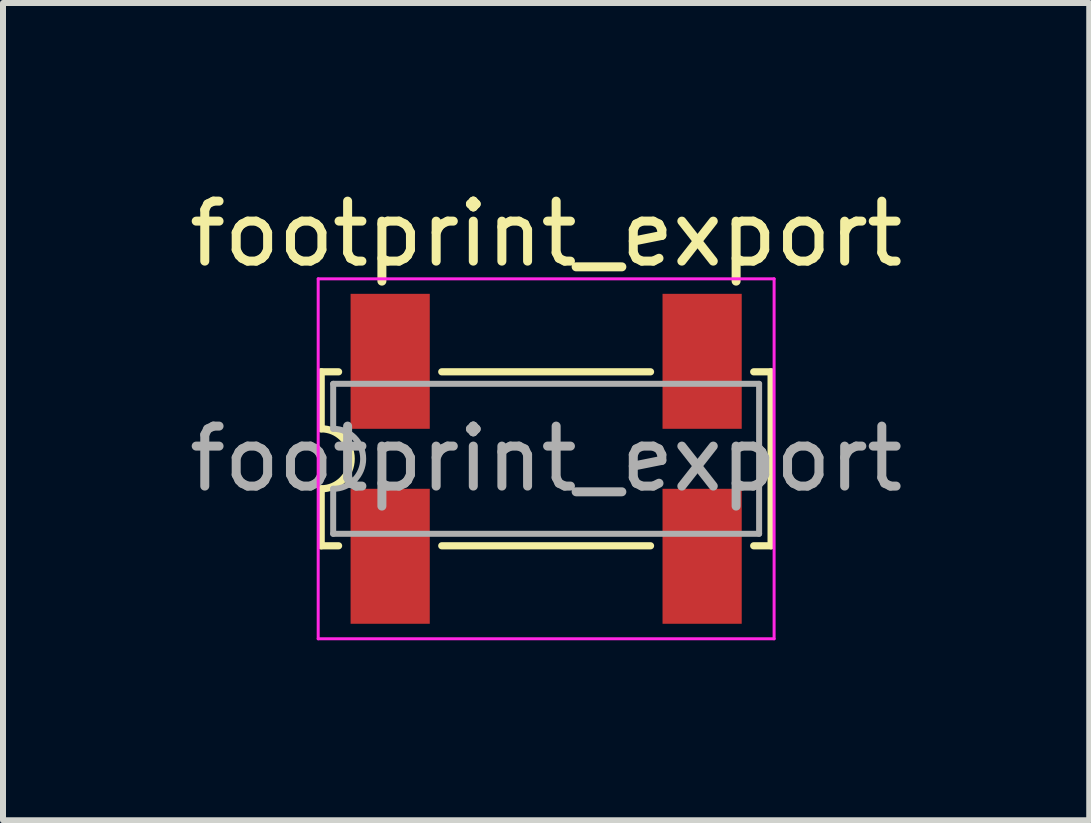
<source format=kicad_pcb>
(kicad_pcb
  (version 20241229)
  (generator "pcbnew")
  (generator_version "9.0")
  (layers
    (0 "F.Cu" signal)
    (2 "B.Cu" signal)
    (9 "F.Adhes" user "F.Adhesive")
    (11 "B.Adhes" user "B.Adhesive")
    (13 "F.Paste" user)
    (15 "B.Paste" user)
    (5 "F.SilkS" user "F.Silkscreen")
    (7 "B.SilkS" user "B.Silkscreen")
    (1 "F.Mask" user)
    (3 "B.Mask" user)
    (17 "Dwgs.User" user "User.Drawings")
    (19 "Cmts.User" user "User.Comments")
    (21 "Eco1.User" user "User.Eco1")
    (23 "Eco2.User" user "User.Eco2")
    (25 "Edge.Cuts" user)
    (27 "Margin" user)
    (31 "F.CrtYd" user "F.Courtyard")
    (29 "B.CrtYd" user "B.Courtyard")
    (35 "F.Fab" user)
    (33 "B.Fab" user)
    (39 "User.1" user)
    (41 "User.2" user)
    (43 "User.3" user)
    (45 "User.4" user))
  (footprint "footprint_export"
    (layer "F.Cu")
    (at 6.054 4.598)
    (property "Reference" "footprint_export" (at 0 -3.75 0) (layer "F.SilkS") (effects (font (size 1 1) (thickness 0.15))))
    (attr smd)
    (fp_line (start -3.75 -1.45) (end -3.46 -1.45) (stroke (width 0.12) (type solid)) (layer "F.SilkS"))
    (fp_line (start -3.75 -0.5) (end -3.75 -1.45) (stroke (width 0.12) (type solid)) (layer "F.SilkS"))
    (fp_line (start -3.75 1.45) (end -3.75 0.5) (stroke (width 0.12) (type solid)) (layer "F.SilkS"))
    (fp_line (start -3.75 1.45) (end -3.46 1.45) (stroke (width 0.12) (type solid)) (layer "F.SilkS"))
    (fp_line (start -1.74 -1.45) (end 1.74 -1.45) (stroke (width 0.12) (type solid)) (layer "F.SilkS"))
    (fp_line (start 1.74 1.45) (end -1.74 1.45) (stroke (width 0.12) (type solid)) (layer "F.SilkS"))
    (fp_line (start 3.46 -1.45) (end 3.75 -1.45) (stroke (width 0.12) (type solid)) (layer "F.SilkS"))
    (fp_line (start 3.75 -1.45) (end 3.75 1.45) (stroke (width 0.12) (type solid)) (layer "F.SilkS"))
    (fp_line (start 3.75 1.45) (end 3.46 1.45) (stroke (width 0.12) (type solid)) (layer "F.SilkS"))
    (fp_arc (start -3.75 -0.5) (mid -3.25 0) (end -3.75 0.5) (stroke (width 0.12) (type solid)) (layer "F.SilkS"))
    (fp_line (start -3.8 -3) (end -3.8 3) (stroke (width 0.05) (type solid)) (layer "F.CrtYd"))
    (fp_line (start -3.8 3) (end 3.8 3) (stroke (width 0.05) (type solid)) (layer "F.CrtYd"))
    (fp_line (start 3.8 -3) (end -3.8 -3) (stroke (width 0.05) (type solid)) (layer "F.CrtYd"))
    (fp_line (start 3.8 3) (end 3.8 -3) (stroke (width 0.05) (type solid)) (layer "F.CrtYd"))
    (fp_line (start -3.55 -1.25) (end 3.55 -1.25) (stroke (width 0.1) (type solid)) (layer "F.Fab"))
    (fp_line (start -3.55 -0.5) (end -3.55 -1.25) (stroke (width 0.1) (type solid)) (layer "F.Fab"))
    (fp_line (start -3.55 1.25) (end -3.55 0.5) (stroke (width 0.1) (type solid)) (layer "F.Fab"))
    (fp_line (start 3.55 -1.25) (end 3.55 1.25) (stroke (width 0.1) (type solid)) (layer "F.Fab"))
    (fp_line (start 3.55 1.25) (end -3.55 1.25) (stroke (width 0.1) (type solid)) (layer "F.Fab"))
    (fp_arc (start -3.55 -0.5) (mid -3.05 0) (end -3.55 0.5) (stroke (width 0.1) (type solid)) (layer "F.Fab"))
    (fp_text user "${REFERENCE}" (at 0 0 0) (layer "F.Fab") (effects (font (size 1 1) (thickness 0.15))))
    (pad "1" smd rect (at -2.6 1.625) (size 1.32 2.25) (layers "F.Cu" "F.Mask" "F.Paste"))
    (pad "2" smd rect (at 2.6 1.625) (size 1.32 2.25) (layers "F.Cu" "F.Mask" "F.Paste"))
    (pad "3" smd rect (at 2.6 -1.625) (size 1.32 2.25) (layers "F.Cu" "F.Mask" "F.Paste"))
    (pad "4" smd rect (at -2.6 -1.625) (size 1.32 2.25) (layers "F.Cu" "F.Mask" "F.Paste")))
  (gr_rect
    (start -3 -3)
    (end 15.107 10.623)
    (stroke (width 0.1) (type default))
    (fill no)
    (layer "Edge.Cuts")))
</source>
